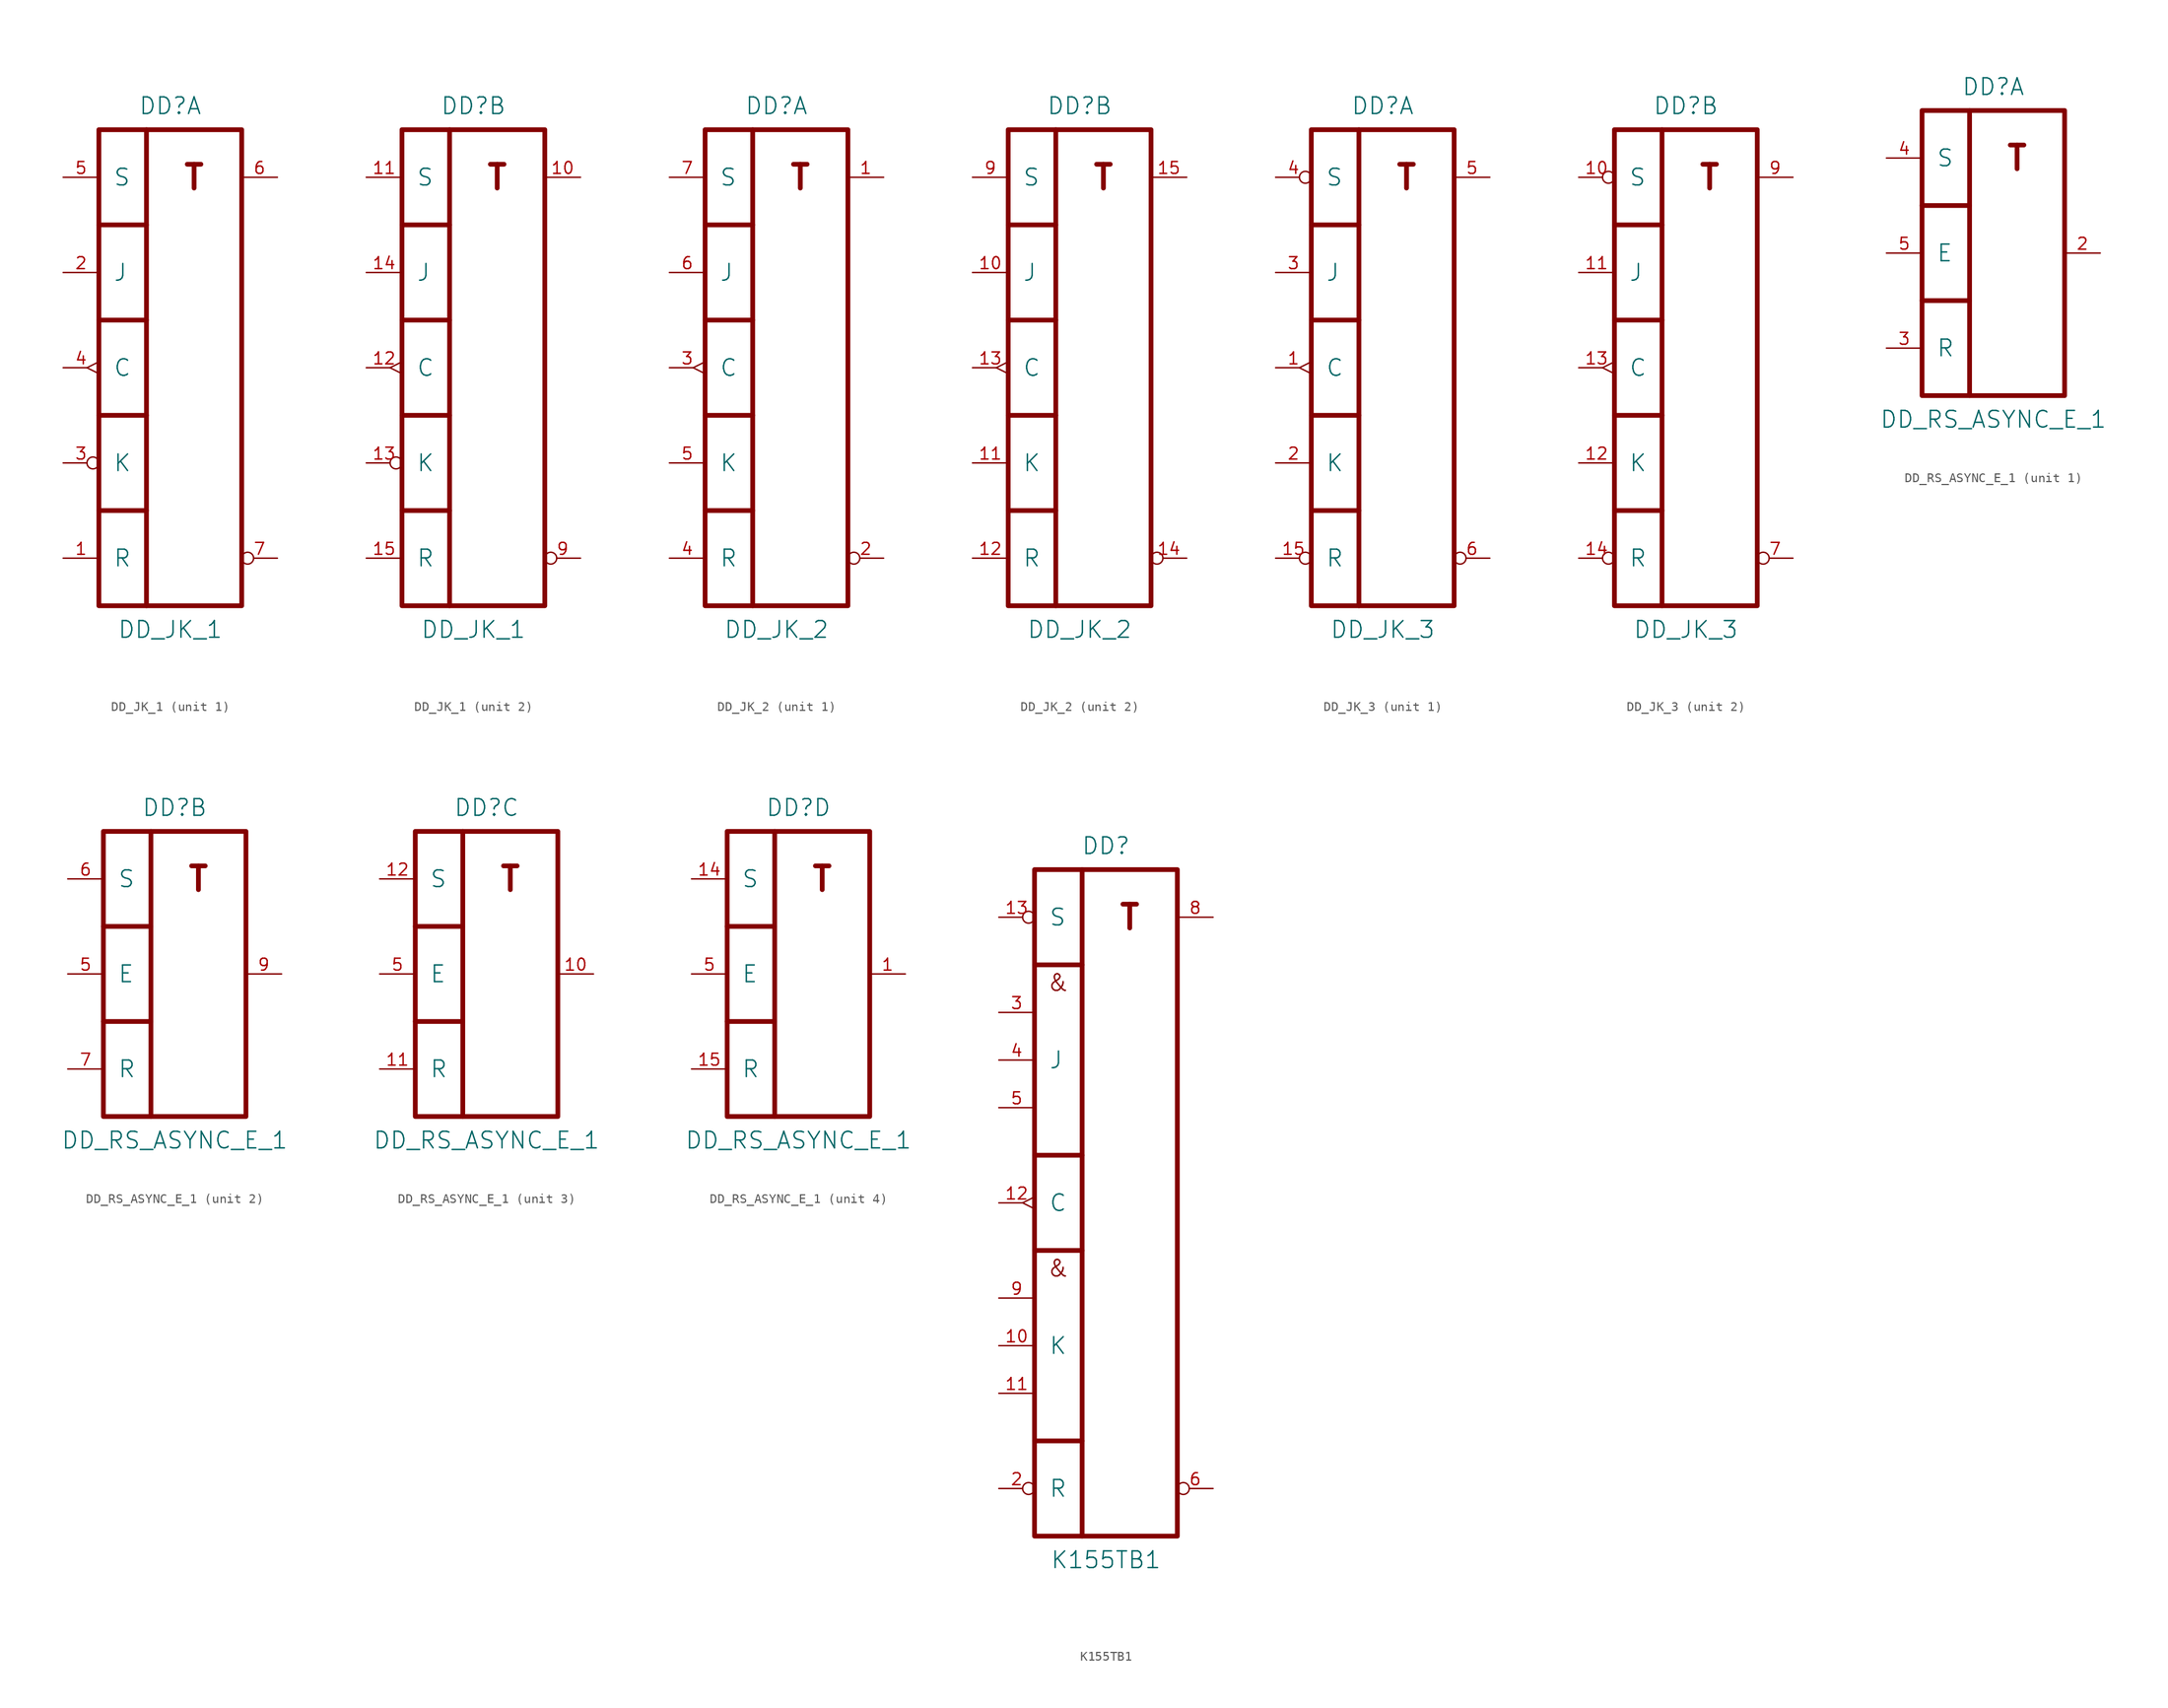
<source format=kicad_sym>
(kicad_symbol_lib
  (version 20211014)
  (generator kicad_symbol_editor)
  (symbol "DD_JK_1"
    (pin_names
      (offset 1.524))
    (property "Reference" "DD"
      (at 0 27.94 0)
      (effects (font (size 1.778 1.778))))
    (property "Value" "DD_JK_1"
      (at 0 -27.94 0)
      (effects (font (size 1.778 1.778))))
    (symbol "DD_JK_1_0_0"
      (text "T" (at 2.54 20.32 0) (effects (font (size 2.54 2.54) bold))))
    (symbol "DD_JK_1_0_1"
      (rectangle (start -7.62 25.4) (end 7.62 -25.4) (stroke (width 0.508) (type default) (color 0 0 0 0)) (fill (type none)))
      (polyline (pts (xy -7.62 -15.24) (xy -2.54 -15.24)) (stroke (width 0.508) (type default) (color 0 0 0 0)) (fill (type none)))
      (polyline (pts (xy -7.62 -5.08) (xy -2.54 -5.08)) (stroke (width 0.508) (type default) (color 0 0 0 0)) (fill (type none)))
      (polyline (pts (xy -7.62 5.08) (xy -2.54 5.08)) (stroke (width 0.508) (type default) (color 0 0 0 0)) (fill (type none)))
      (polyline (pts (xy -7.62 15.24) (xy -2.54 15.24)) (stroke (width 0.508) (type default) (color 0 0 0 0)) (fill (type none)))
      (polyline (pts (xy -2.54 25.4) (xy -2.54 -25.4)) (stroke (width 0.508) (type default) (color 0 0 0 0)) (fill (type none)))
      (pin power_in non_logic (at 11.43 22.86 180) (length 3.81) hide (name "VCC" (effects (font (size 1.27 1.27)))) (number "16" (effects (font (size 1.27 1.27)))))
      (pin power_in non_logic (at 11.43 -22.86 180) (length 3.81) hide (name "GND" (effects (font (size 1.27 1.27)))) (number "8" (effects (font (size 1.27 1.27))))))
    (symbol "DD_JK_1_1_1"
      (pin input line (at -11.43 -20.32 0) (length 3.81) (name "R" (effects (font (size 1.778 1.778)))) (number "1" (effects (font (size 1.27 1.27)))))
      (pin input line (at -11.43 10.16 0) (length 3.81) (name "J" (effects (font (size 1.778 1.778)))) (number "2" (effects (font (size 1.27 1.27)))))
      (pin input inverted (at -11.43 -10.16 0) (length 3.81) (name "K" (effects (font (size 1.778 1.778)))) (number "3" (effects (font (size 1.27 1.27)))))
      (pin input edge_clock_high (at -11.43 0 0) (length 3.81) (name "C" (effects (font (size 1.778 1.778)))) (number "4" (effects (font (size 1.27 1.27)))))
      (pin input line (at -11.43 20.32 0) (length 3.81) (name "S" (effects (font (size 1.778 1.778)))) (number "5" (effects (font (size 1.27 1.27)))))
      (pin output line (at 11.43 20.32 180) (length 3.81) (name "~" (effects (font (size 1.778 1.778)))) (number "6" (effects (font (size 1.27 1.27)))))
      (pin output inverted (at 11.43 -20.32 180) (length 3.81) (name "~" (effects (font (size 1.778 1.778)))) (number "7" (effects (font (size 1.27 1.27))))))
    (symbol "DD_JK_1_2_1"
      (pin output line (at 11.43 20.32 180) (length 3.81) (name "~" (effects (font (size 1.778 1.778)))) (number "10" (effects (font (size 1.27 1.27)))))
      (pin input line (at -11.43 20.32 0) (length 3.81) (name "S" (effects (font (size 1.778 1.778)))) (number "11" (effects (font (size 1.27 1.27)))))
      (pin input edge_clock_high (at -11.43 0 0) (length 3.81) (name "C" (effects (font (size 1.778 1.778)))) (number "12" (effects (font (size 1.27 1.27)))))
      (pin input inverted (at -11.43 -10.16 0) (length 3.81) (name "K" (effects (font (size 1.778 1.778)))) (number "13" (effects (font (size 1.27 1.27)))))
      (pin input line (at -11.43 10.16 0) (length 3.81) (name "J" (effects (font (size 1.778 1.778)))) (number "14" (effects (font (size 1.27 1.27)))))
      (pin input line (at -11.43 -20.32 0) (length 3.81) (name "R" (effects (font (size 1.778 1.778)))) (number "15" (effects (font (size 1.27 1.27)))))
      (pin output inverted (at 11.43 -20.32 180) (length 3.81) (name "~" (effects (font (size 1.778 1.778)))) (number "9" (effects (font (size 1.27 1.27)))))))
  (symbol "DD_JK_2"
    (pin_names
      (offset 1.524))
    (property "Reference" "DD"
      (at 0 27.94 0)
      (effects (font (size 1.778 1.778))))
    (property "Value" "DD_JK_2"
      (at 0 -27.94 0)
      (effects (font (size 1.778 1.778))))
    (symbol "DD_JK_2_0_0"
      (text "T" (at 2.54 20.32 0) (effects (font (size 2.54 2.54) bold))))
    (symbol "DD_JK_2_0_1"
      (rectangle (start -7.62 25.4) (end 7.62 -25.4) (stroke (width 0.508) (type default) (color 0 0 0 0)) (fill (type none)))
      (polyline (pts (xy -7.62 -15.24) (xy -2.54 -15.24)) (stroke (width 0.508) (type default) (color 0 0 0 0)) (fill (type none)))
      (polyline (pts (xy -7.62 -5.08) (xy -2.54 -5.08)) (stroke (width 0.508) (type default) (color 0 0 0 0)) (fill (type none)))
      (polyline (pts (xy -7.62 5.08) (xy -2.54 5.08)) (stroke (width 0.508) (type default) (color 0 0 0 0)) (fill (type none)))
      (polyline (pts (xy -7.62 15.24) (xy -2.54 15.24)) (stroke (width 0.508) (type default) (color 0 0 0 0)) (fill (type none)))
      (polyline (pts (xy -2.54 25.4) (xy -2.54 -25.4)) (stroke (width 0.508) (type default) (color 0 0 0 0)) (fill (type none)))
      (pin power_in non_logic (at 11.43 22.86 180) (length 3.81) hide (name "VCC" (effects (font (size 1.27 1.27)))) (number "16" (effects (font (size 1.27 1.27)))))
      (pin power_in non_logic (at 11.43 -22.86 180) (length 3.81) hide (name "GND" (effects (font (size 1.27 1.27)))) (number "8" (effects (font (size 1.27 1.27))))))
    (symbol "DD_JK_2_1_1"
      (pin output line (at 11.43 20.32 180) (length 3.81) (name "~" (effects (font (size 1.778 1.778)))) (number "1" (effects (font (size 1.27 1.27)))))
      (pin output inverted (at 11.43 -20.32 180) (length 3.81) (name "~" (effects (font (size 1.778 1.778)))) (number "2" (effects (font (size 1.27 1.27)))))
      (pin input edge_clock_high (at -11.43 0 0) (length 3.81) (name "C" (effects (font (size 1.778 1.778)))) (number "3" (effects (font (size 1.27 1.27)))))
      (pin input line (at -11.43 -20.32 0) (length 3.81) (name "R" (effects (font (size 1.778 1.778)))) (number "4" (effects (font (size 1.27 1.27)))))
      (pin input line (at -11.43 -10.16 0) (length 3.81) (name "K" (effects (font (size 1.778 1.778)))) (number "5" (effects (font (size 1.27 1.27)))))
      (pin input line (at -11.43 10.16 0) (length 3.81) (name "J" (effects (font (size 1.778 1.778)))) (number "6" (effects (font (size 1.27 1.27)))))
      (pin input line (at -11.43 20.32 0) (length 3.81) (name "S" (effects (font (size 1.778 1.778)))) (number "7" (effects (font (size 1.27 1.27))))))
    (symbol "DD_JK_2_2_1"
      (pin input line (at -11.43 10.16 0) (length 3.81) (name "J" (effects (font (size 1.778 1.778)))) (number "10" (effects (font (size 1.27 1.27)))))
      (pin input line (at -11.43 -10.16 0) (length 3.81) (name "K" (effects (font (size 1.778 1.778)))) (number "11" (effects (font (size 1.27 1.27)))))
      (pin input line (at -11.43 -20.32 0) (length 3.81) (name "R" (effects (font (size 1.778 1.778)))) (number "12" (effects (font (size 1.27 1.27)))))
      (pin input edge_clock_high (at -11.43 0 0) (length 3.81) (name "C" (effects (font (size 1.778 1.778)))) (number "13" (effects (font (size 1.27 1.27)))))
      (pin output inverted (at 11.43 -20.32 180) (length 3.81) (name "~" (effects (font (size 1.778 1.778)))) (number "14" (effects (font (size 1.27 1.27)))))
      (pin output line (at 11.43 20.32 180) (length 3.81) (name "~" (effects (font (size 1.778 1.778)))) (number "15" (effects (font (size 1.27 1.27)))))
      (pin input line (at -11.43 20.32 0) (length 3.81) (name "S" (effects (font (size 1.778 1.778)))) (number "9" (effects (font (size 1.27 1.27)))))))
  (symbol "DD_JK_3"
    (pin_names
      (offset 1.524))
    (property "Reference" "DD"
      (at 0 27.94 0)
      (effects (font (size 1.778 1.778))))
    (property "Value" "DD_JK_3"
      (at 0 -27.94 0)
      (effects (font (size 1.778 1.778))))
    (symbol "DD_JK_3_0_0"
      (text "T" (at 2.54 20.32 0) (effects (font (size 2.54 2.54) bold))))
    (symbol "DD_JK_3_0_1"
      (rectangle (start -7.62 25.4) (end 7.62 -25.4) (stroke (width 0.508) (type default) (color 0 0 0 0)) (fill (type none)))
      (polyline (pts (xy -7.62 -15.24) (xy -2.54 -15.24)) (stroke (width 0.508) (type default) (color 0 0 0 0)) (fill (type none)))
      (polyline (pts (xy -7.62 -5.08) (xy -2.54 -5.08)) (stroke (width 0.508) (type default) (color 0 0 0 0)) (fill (type none)))
      (polyline (pts (xy -7.62 5.08) (xy -2.54 5.08)) (stroke (width 0.508) (type default) (color 0 0 0 0)) (fill (type none)))
      (polyline (pts (xy -7.62 15.24) (xy -2.54 15.24)) (stroke (width 0.508) (type default) (color 0 0 0 0)) (fill (type none)))
      (polyline (pts (xy -2.54 25.4) (xy -2.54 -25.4)) (stroke (width 0.508) (type default) (color 0 0 0 0)) (fill (type none)))
      (pin power_in non_logic (at 11.43 22.86 180) (length 3.81) hide (name "VCC" (effects (font (size 1.27 1.27)))) (number "16" (effects (font (size 1.27 1.27)))))
      (pin power_in non_logic (at 11.43 -22.86 180) (length 3.81) hide (name "GND" (effects (font (size 1.27 1.27)))) (number "8" (effects (font (size 1.27 1.27))))))
    (symbol "DD_JK_3_1_1"
      (pin input edge_clock_high (at -11.43 0 0) (length 3.81) (name "C" (effects (font (size 1.778 1.778)))) (number "1" (effects (font (size 1.27 1.27)))))
      (pin input inverted (at -11.43 -20.32 0) (length 3.81) (name "R" (effects (font (size 1.778 1.778)))) (number "15" (effects (font (size 1.27 1.27)))))
      (pin input line (at -11.43 -10.16 0) (length 3.81) (name "K" (effects (font (size 1.778 1.778)))) (number "2" (effects (font (size 1.27 1.27)))))
      (pin input line (at -11.43 10.16 0) (length 3.81) (name "J" (effects (font (size 1.778 1.778)))) (number "3" (effects (font (size 1.27 1.27)))))
      (pin input inverted (at -11.43 20.32 0) (length 3.81) (name "S" (effects (font (size 1.778 1.778)))) (number "4" (effects (font (size 1.27 1.27)))))
      (pin output line (at 11.43 20.32 180) (length 3.81) (name "~" (effects (font (size 1.778 1.778)))) (number "5" (effects (font (size 1.27 1.27)))))
      (pin output inverted (at 11.43 -20.32 180) (length 3.81) (name "~" (effects (font (size 1.778 1.778)))) (number "6" (effects (font (size 1.27 1.27))))))
    (symbol "DD_JK_3_2_1"
      (pin input inverted (at -11.43 20.32 0) (length 3.81) (name "S" (effects (font (size 1.778 1.778)))) (number "10" (effects (font (size 1.27 1.27)))))
      (pin input line (at -11.43 10.16 0) (length 3.81) (name "J" (effects (font (size 1.778 1.778)))) (number "11" (effects (font (size 1.27 1.27)))))
      (pin input line (at -11.43 -10.16 0) (length 3.81) (name "K" (effects (font (size 1.778 1.778)))) (number "12" (effects (font (size 1.27 1.27)))))
      (pin input edge_clock_high (at -11.43 0 0) (length 3.81) (name "C" (effects (font (size 1.778 1.778)))) (number "13" (effects (font (size 1.27 1.27)))))
      (pin input inverted (at -11.43 -20.32 0) (length 3.81) (name "R" (effects (font (size 1.778 1.778)))) (number "14" (effects (font (size 1.27 1.27)))))
      (pin output inverted (at 11.43 -20.32 180) (length 3.81) (name "~" (effects (font (size 1.778 1.778)))) (number "7" (effects (font (size 1.27 1.27)))))
      (pin output line (at 11.43 20.32 180) (length 3.81) (name "~" (effects (font (size 1.778 1.778)))) (number "9" (effects (font (size 1.27 1.27)))))))
  (symbol "DD_RS_ASYNC_E_1"
    (pin_names
      (offset 1.524))
    (property "Reference" "DD"
      (at 0 17.78 0)
      (effects (font (size 1.778 1.778))))
    (property "Value" "DD_RS_ASYNC_E_1"
      (at 0 -17.78 0)
      (effects (font (size 1.778 1.778))))
    (symbol "DD_RS_ASYNC_E_1_0_0"
      (text "T" (at 2.54 10.16 0) (effects (font (size 2.54 2.54) bold))))
    (symbol "DD_RS_ASYNC_E_1_0_1"
      (rectangle (start -7.62 15.24) (end 7.62 -15.24) (stroke (width 0.508) (type default) (color 0 0 0 0)) (fill (type none)))
      (polyline (pts (xy -7.62 -5.08) (xy -2.54 -5.08)) (stroke (width 0.508) (type default) (color 0 0 0 0)) (fill (type none)))
      (polyline (pts (xy -7.62 5.08) (xy -2.54 5.08)) (stroke (width 0.508) (type default) (color 0 0 0 0)) (fill (type none)))
      (polyline (pts (xy -2.54 15.24) (xy -2.54 -15.24)) (stroke (width 0.508) (type default) (color 0 0 0 0)) (fill (type none)))
      (pin power_in non_logic (at 11.43 12.7 180) (length 3.81) hide (name "VCC" (effects (font (size 1.27 1.27)))) (number "16" (effects (font (size 1.27 1.27)))))
      (pin input line (at -11.43 0 0) (length 3.81) (name "E" (effects (font (size 1.778 1.778)))) (number "5" (effects (font (size 1.27 1.27)))))
      (pin power_in non_logic (at 11.43 -12.7 180) (length 3.81) hide (name "GND" (effects (font (size 1.27 1.27)))) (number "8" (effects (font (size 1.27 1.27))))))
    (symbol "DD_RS_ASYNC_E_1_1_1"
      (pin output line (at 11.43 0 180) (length 3.81) (name "~" (effects (font (size 1.778 1.778)))) (number "2" (effects (font (size 1.27 1.27)))))
      (pin input line (at -11.43 -10.16 0) (length 3.81) (name "R" (effects (font (size 1.778 1.778)))) (number "3" (effects (font (size 1.27 1.27)))))
      (pin input line (at -11.43 10.16 0) (length 3.81) (name "S" (effects (font (size 1.778 1.778)))) (number "4" (effects (font (size 1.27 1.27))))))
    (symbol "DD_RS_ASYNC_E_1_2_1"
      (pin input line (at -11.43 10.16 0) (length 3.81) (name "S" (effects (font (size 1.778 1.778)))) (number "6" (effects (font (size 1.27 1.27)))))
      (pin input line (at -11.43 -10.16 0) (length 3.81) (name "R" (effects (font (size 1.778 1.778)))) (number "7" (effects (font (size 1.27 1.27)))))
      (pin output line (at 11.43 0 180) (length 3.81) (name "~" (effects (font (size 1.778 1.778)))) (number "9" (effects (font (size 1.27 1.27))))))
    (symbol "DD_RS_ASYNC_E_1_3_1"
      (pin output line (at 11.43 0 180) (length 3.81) (name "~" (effects (font (size 1.778 1.778)))) (number "10" (effects (font (size 1.27 1.27)))))
      (pin input line (at -11.43 -10.16 0) (length 3.81) (name "R" (effects (font (size 1.778 1.778)))) (number "11" (effects (font (size 1.27 1.27)))))
      (pin input line (at -11.43 10.16 0) (length 3.81) (name "S" (effects (font (size 1.778 1.778)))) (number "12" (effects (font (size 1.27 1.27))))))
    (symbol "DD_RS_ASYNC_E_1_4_1"
      (pin output line (at 11.43 0 180) (length 3.81) (name "~" (effects (font (size 1.778 1.778)))) (number "1" (effects (font (size 1.27 1.27)))))
      (pin input line (at -11.43 10.16 0) (length 3.81) (name "S" (effects (font (size 1.778 1.778)))) (number "14" (effects (font (size 1.27 1.27)))))
      (pin input line (at -11.43 -10.16 0) (length 3.81) (name "R" (effects (font (size 1.778 1.778)))) (number "15" (effects (font (size 1.27 1.27)))))))
  (symbol "К155ТВ1"
    (pin_names
      (offset 1.524))
    (property "Reference" "DD"
      (at 0 38.1 0)
      (effects (font (size 1.778 1.778))))
    (property "Value" "К155ТВ1"
      (at 0 -38.1 0)
      (effects (font (size 1.778 1.778))))
    (symbol "К155ТВ1_0_0"
      (text "&" (at -5.08 -6.985 0) (effects (font (size 1.778 1.778))))
      (text "&" (at -5.08 23.495 0) (effects (font (size 1.778 1.778))))
      (text "T" (at 2.54 30.48 0) (effects (font (size 2.54 2.54) bold))))
    (symbol "К155ТВ1_0_1"
      (rectangle (start -7.62 35.56) (end 7.62 -35.56) (stroke (width 0.508) (type default) (color 0 0 0 0)) (fill (type none)))
      (polyline (pts (xy -7.62 -25.4) (xy -2.54 -25.4)) (stroke (width 0.508) (type default) (color 0 0 0 0)) (fill (type none)))
      (polyline (pts (xy -7.62 -5.08) (xy -2.54 -5.08)) (stroke (width 0.508) (type default) (color 0 0 0 0)) (fill (type none)))
      (polyline (pts (xy -7.62 5.08) (xy -2.54 5.08)) (stroke (width 0.508) (type default) (color 0 0 0 0)) (fill (type none)))
      (polyline (pts (xy -7.62 25.4) (xy -2.54 25.4)) (stroke (width 0.508) (type default) (color 0 0 0 0)) (fill (type none)))
      (polyline (pts (xy -2.54 35.56) (xy -2.54 -35.56)) (stroke (width 0.508) (type default) (color 0 0 0 0)) (fill (type none))))
    (symbol "К155ТВ1_1_1"
      (pin input line (at -11.43 -15.24 0) (length 3.81) (name "K" (effects (font (size 1.778 1.778)))) (number "10" (effects (font (size 1.27 1.27)))))
      (pin input line (at -11.43 -20.32 0) (length 3.81) (name "~" (effects (font (size 1.778 1.778)))) (number "11" (effects (font (size 1.27 1.27)))))
      (pin input edge_clock_high (at -11.43 0 0) (length 3.81) (name "C" (effects (font (size 1.778 1.778)))) (number "12" (effects (font (size 1.27 1.27)))))
      (pin input inverted (at -11.43 30.48 0) (length 3.81) (name "S" (effects (font (size 1.778 1.778)))) (number "13" (effects (font (size 1.27 1.27)))))
      (pin power_in non_logic (at 11.43 33.02 180) (length 3.81) hide (name "VCC" (effects (font (size 1.27 1.27)))) (number "14" (effects (font (size 1.27 1.27)))))
      (pin input inverted (at -11.43 -30.48 0) (length 3.81) (name "R" (effects (font (size 1.778 1.778)))) (number "2" (effects (font (size 1.27 1.27)))))
      (pin input line (at -11.43 20.32 0) (length 3.81) (name "~" (effects (font (size 1.778 1.778)))) (number "3" (effects (font (size 1.27 1.27)))))
      (pin input line (at -11.43 15.24 0) (length 3.81) (name "J" (effects (font (size 1.778 1.778)))) (number "4" (effects (font (size 1.27 1.27)))))
      (pin input line (at -11.43 10.16 0) (length 3.81) (name "~" (effects (font (size 1.778 1.778)))) (number "5" (effects (font (size 1.27 1.27)))))
      (pin output inverted (at 11.43 -30.48 180) (length 3.81) (name "~" (effects (font (size 1.778 1.778)))) (number "6" (effects (font (size 1.27 1.27)))))
      (pin power_in non_logic (at 11.43 -33.02 180) (length 3.81) hide (name "GND" (effects (font (size 1.27 1.27)))) (number "7" (effects (font (size 1.27 1.27)))))
      (pin output line (at 11.43 30.48 180) (length 3.81) (name "~" (effects (font (size 1.778 1.778)))) (number "8" (effects (font (size 1.27 1.27)))))
      (pin input line (at -11.43 -10.16 0) (length 3.81) (name "~" (effects (font (size 1.778 1.778)))) (number "9" (effects (font (size 1.27 1.27))))))))
</source>
